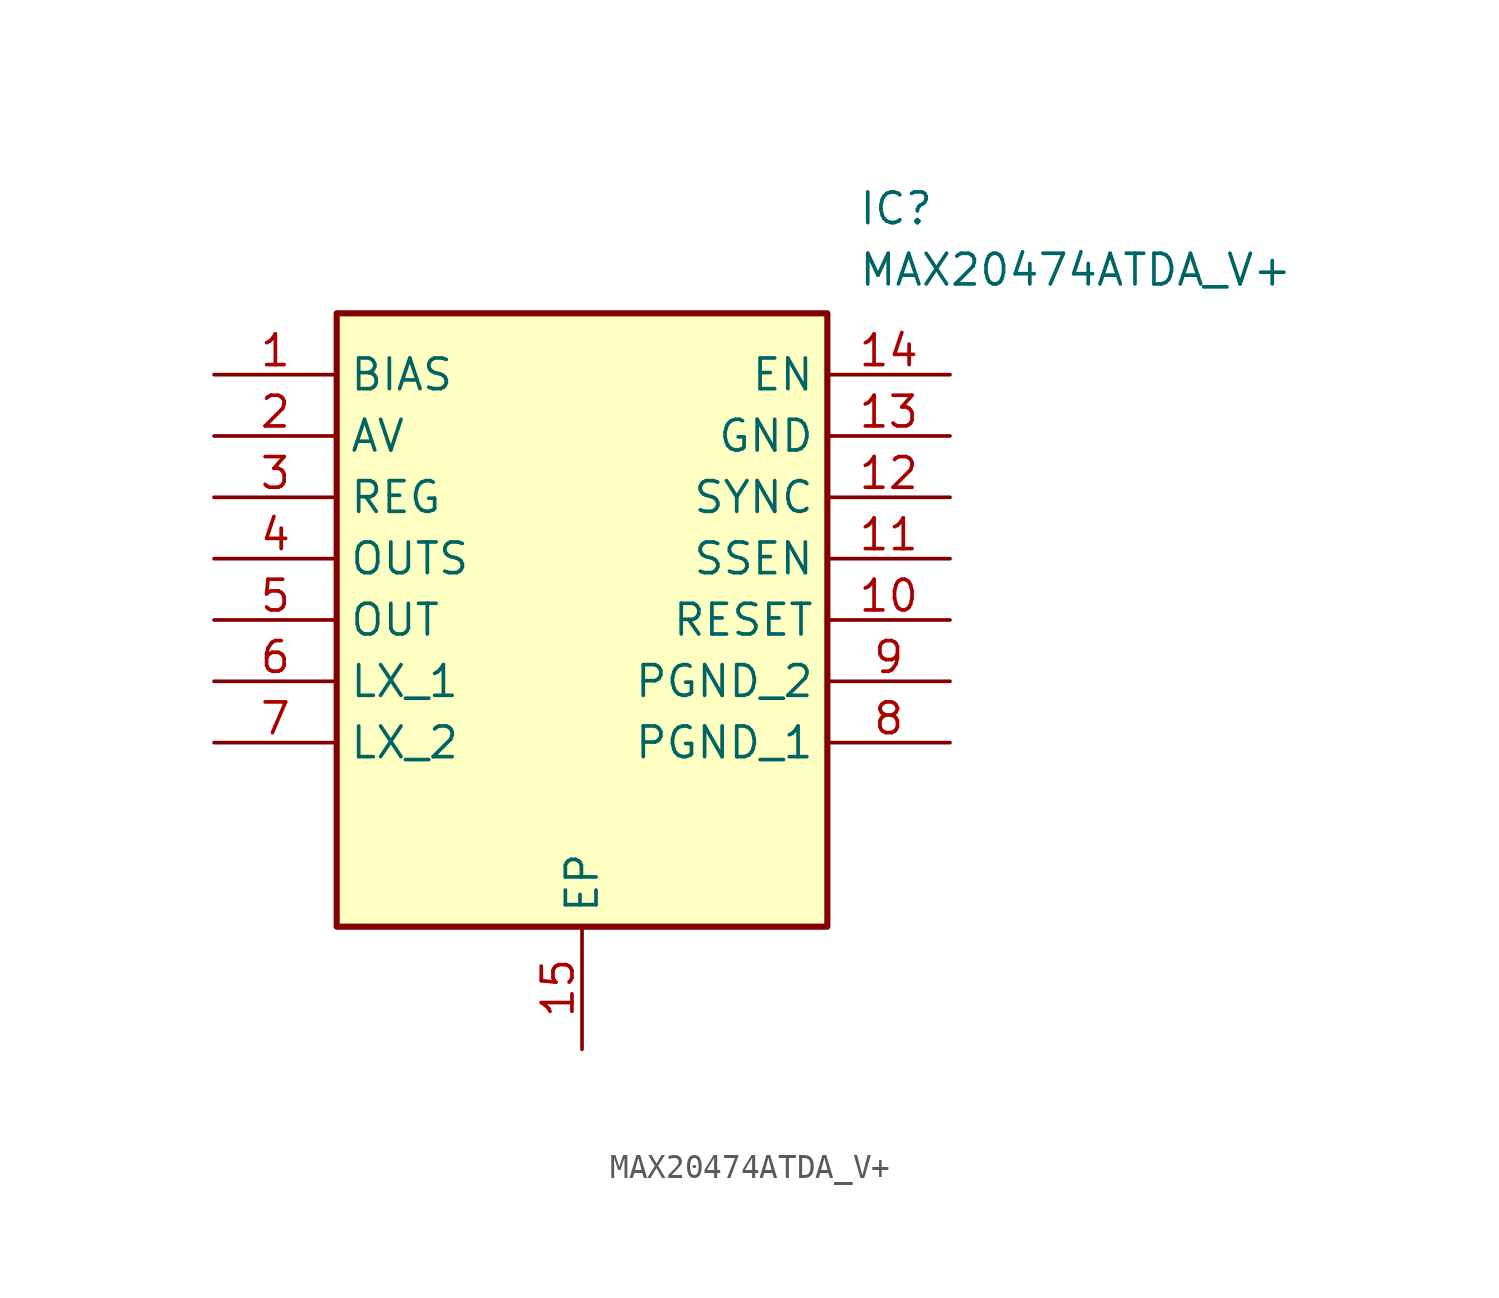
<source format=kicad_sym>
(kicad_symbol_lib
  (version 20211014)
  (generator SamacSys_ECAD_Model)
  (symbol "MAX20474ATDA_V+"
    (property "Reference" "IC"
      (at 26.67 7.62 0)
      (effects (font (size 1.27 1.27)) (justify left top)))
    (property "Value" "MAX20474ATDA_V+"
      (at 26.67 5.08 0)
      (effects (font (size 1.27 1.27)) (justify left top)))
    (rectangle
      (start 5.08 2.54)
      (end 25.4 -22.86)
      (stroke (width 0.254) (type default))
      (fill (type background)))
    (pin passive line
      (at 0 0 0)
      (length 5.08)
      (name "BIAS" (effects (font (size 1.27 1.27))))
      (number "1" (effects (font (size 1.27 1.27)))))
    (pin passive line
      (at 0 -2.54 0)
      (length 5.08)
      (name "AV" (effects (font (size 1.27 1.27))))
      (number "2" (effects (font (size 1.27 1.27)))))
    (pin passive line
      (at 0 -5.08 0)
      (length 5.08)
      (name "REG" (effects (font (size 1.27 1.27))))
      (number "3" (effects (font (size 1.27 1.27)))))
    (pin passive line
      (at 0 -7.62 0)
      (length 5.08)
      (name "OUTS" (effects (font (size 1.27 1.27))))
      (number "4" (effects (font (size 1.27 1.27)))))
    (pin passive line
      (at 0 -10.16 0)
      (length 5.08)
      (name "OUT" (effects (font (size 1.27 1.27))))
      (number "5" (effects (font (size 1.27 1.27)))))
    (pin passive line
      (at 0 -12.7 0)
      (length 5.08)
      (name "LX_1" (effects (font (size 1.27 1.27))))
      (number "6" (effects (font (size 1.27 1.27)))))
    (pin passive line
      (at 0 -15.24 0)
      (length 5.08)
      (name "LX_2" (effects (font (size 1.27 1.27))))
      (number "7" (effects (font (size 1.27 1.27)))))
    (pin passive line
      (at 15.24 -27.94 90)
      (length 5.08)
      (name "EP" (effects (font (size 1.27 1.27))))
      (number "15" (effects (font (size 1.27 1.27)))))
    (pin passive line
      (at 30.48 0 180)
      (length 5.08)
      (name "EN" (effects (font (size 1.27 1.27))))
      (number "14" (effects (font (size 1.27 1.27)))))
    (pin passive line
      (at 30.48 -2.54 180)
      (length 5.08)
      (name "GND" (effects (font (size 1.27 1.27))))
      (number "13" (effects (font (size 1.27 1.27)))))
    (pin passive line
      (at 30.48 -5.08 180)
      (length 5.08)
      (name "SYNC" (effects (font (size 1.27 1.27))))
      (number "12" (effects (font (size 1.27 1.27)))))
    (pin passive line
      (at 30.48 -7.62 180)
      (length 5.08)
      (name "SSEN" (effects (font (size 1.27 1.27))))
      (number "11" (effects (font (size 1.27 1.27)))))
    (pin passive line
      (at 30.48 -10.16 180)
      (length 5.08)
      (name "RESET" (effects (font (size 1.27 1.27))))
      (number "10" (effects (font (size 1.27 1.27)))))
    (pin passive line
      (at 30.48 -12.7 180)
      (length 5.08)
      (name "PGND_2" (effects (font (size 1.27 1.27))))
      (number "9" (effects (font (size 1.27 1.27)))))
    (pin passive line
      (at 30.48 -15.24 180)
      (length 5.08)
      (name "PGND_1" (effects (font (size 1.27 1.27))))
      (number "8" (effects (font (size 1.27 1.27)))))))
</source>
